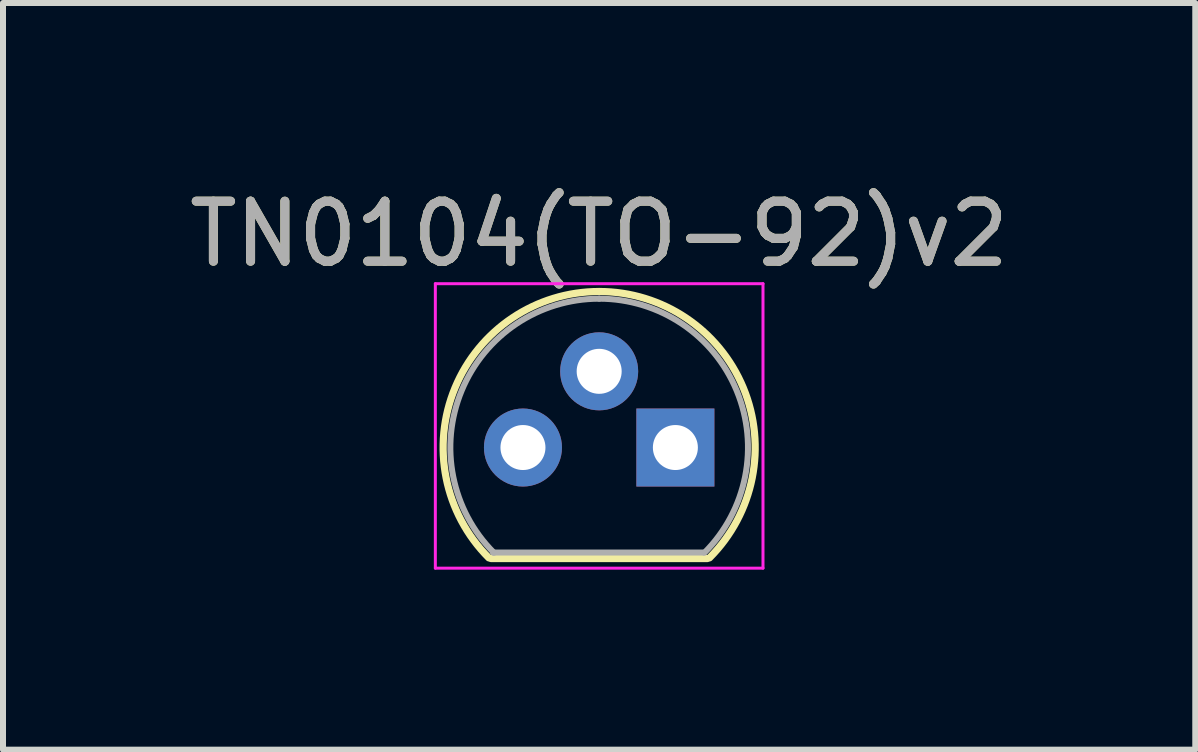
<source format=kicad_pcb>
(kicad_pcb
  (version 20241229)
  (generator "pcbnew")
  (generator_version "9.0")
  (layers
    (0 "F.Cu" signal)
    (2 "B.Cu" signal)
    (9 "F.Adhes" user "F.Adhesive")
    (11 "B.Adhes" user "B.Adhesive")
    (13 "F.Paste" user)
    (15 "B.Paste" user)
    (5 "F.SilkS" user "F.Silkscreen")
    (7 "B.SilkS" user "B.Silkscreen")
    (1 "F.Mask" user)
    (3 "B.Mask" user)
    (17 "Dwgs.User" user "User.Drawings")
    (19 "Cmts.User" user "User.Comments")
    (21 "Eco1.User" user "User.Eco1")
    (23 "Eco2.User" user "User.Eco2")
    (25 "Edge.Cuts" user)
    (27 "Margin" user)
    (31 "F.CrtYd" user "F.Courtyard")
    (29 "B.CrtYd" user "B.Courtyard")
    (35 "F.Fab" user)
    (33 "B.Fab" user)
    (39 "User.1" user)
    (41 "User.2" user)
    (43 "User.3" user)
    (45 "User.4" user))
  (footprint "TN0104(TO-92)v2"
    (layer "F.Cu")
    (at 5.665 4.408)
    (property "Reference" "TN0104(TO-92)v2" (at 1.27 -3.56 0) (layer "F.SilkS") (effects (font (size 1 1) (thickness 0.15))))
    (attr through_hole)
    (fp_line (start -0.53 1.85) (end 3.07 1.85) (stroke (width 0.12) (type solid)) (layer "F.SilkS"))
    (fp_arc (start -0.568478 1.838478) (mid -1.132087 -0.994977) (end 1.27 -2.6) (stroke (width 0.12) (type solid)) (layer "F.SilkS"))
    (fp_arc (start 1.27 -2.6) (mid 3.672087 -0.994977) (end 3.108478 1.838478) (stroke (width 0.12) (type solid)) (layer "F.SilkS"))
    (fp_line (start -1.46 -2.73) (end -1.46 2.01) (stroke (width 0.05) (type solid)) (layer "F.CrtYd"))
    (fp_line (start -1.46 -2.73) (end 4 -2.73) (stroke (width 0.05) (type solid)) (layer "F.CrtYd"))
    (fp_line (start 4 2.01) (end -1.46 2.01) (stroke (width 0.05) (type solid)) (layer "F.CrtYd"))
    (fp_line (start 4 2.01) (end 4 -2.73) (stroke (width 0.05) (type solid)) (layer "F.CrtYd"))
    (fp_line (start -0.5 1.75) (end 3 1.75) (stroke (width 0.1) (type solid)) (layer "F.Fab"))
    (fp_arc (start -0.483625 1.753625) (mid -1.021221 -0.949055) (end 1.27 -2.48) (stroke (width 0.1) (type solid)) (layer "F.Fab"))
    (fp_arc (start 1.27 -2.48) (mid 3.561221 -0.949055) (end 3.023625 1.753625) (stroke (width 0.1) (type solid)) (layer "F.Fab"))
    (fp_text user "${REFERENCE}" (at 1.27 -3.56 0) (layer "F.Fab") (effects (font (size 1 1) (thickness 0.15))))
    (pad "1" thru_hole rect (at 2.54 0 90) (size 1.3 1.3) (drill 0.75) (layers "*.Cu" "*.Mask"))
    (pad "2" thru_hole circle (at 1.27 -1.27 90) (size 1.3 1.3) (drill 0.75) (layers "*.Cu" "*.Mask"))
    (pad "3" thru_hole circle (at 0 0 90) (size 1.3 1.3) (drill 0.75) (layers "*.Cu" "*.Mask")))
  (gr_rect
    (start -3 -3)
    (end 16.869 9.443)
    (stroke (width 0.1) (type default))
    (fill no)
    (layer "Edge.Cuts")))
</source>
